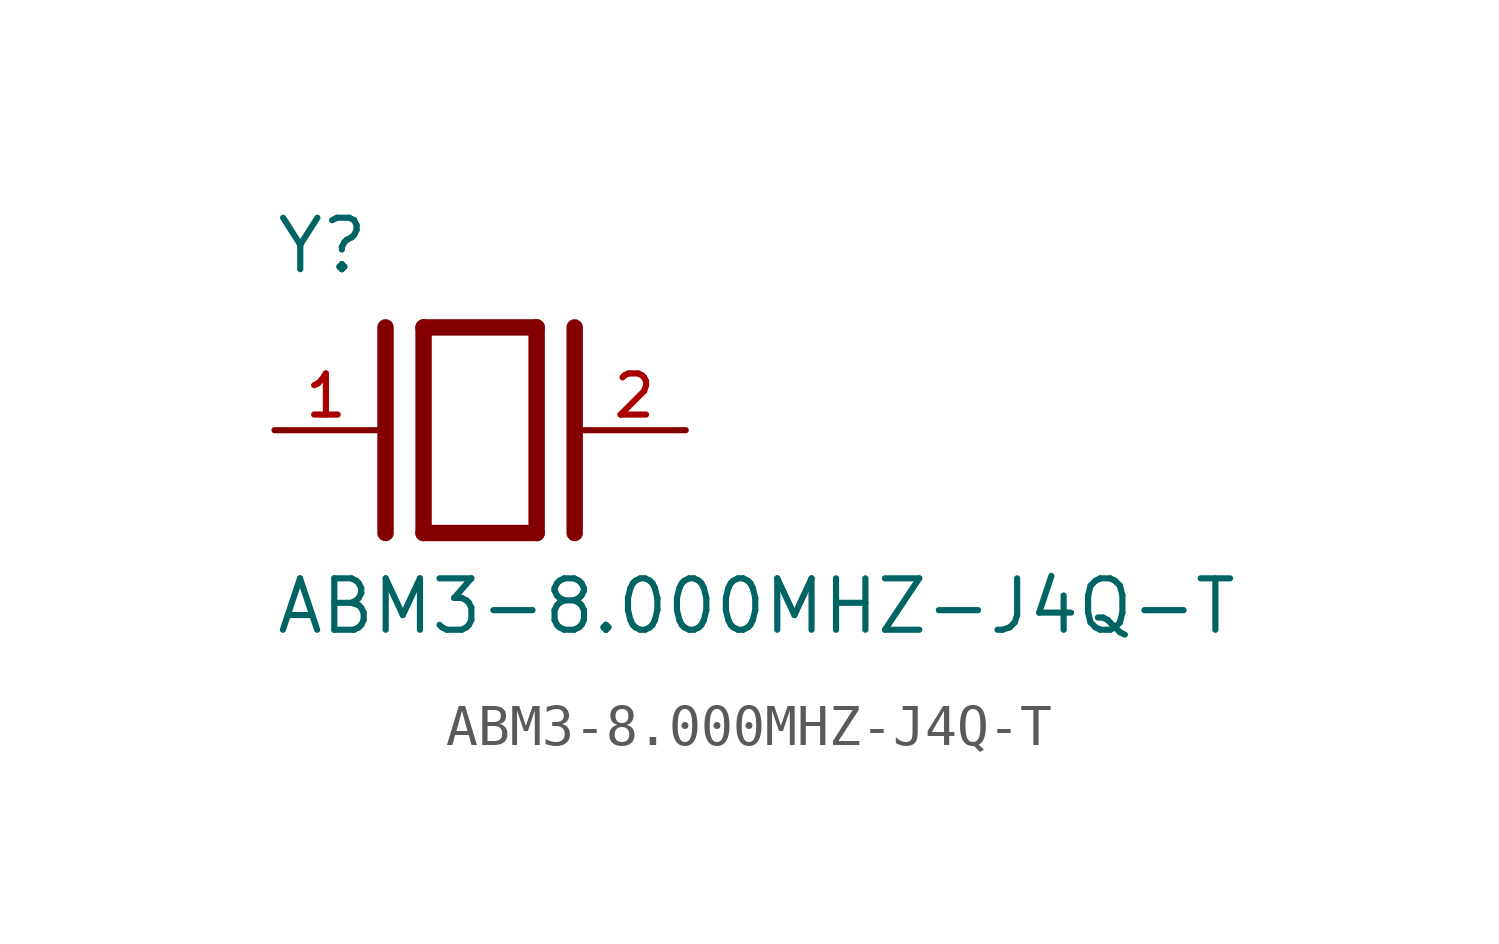
<source format=kicad_sym>
(kicad_symbol_lib
  (version 20211014)
  (generator kicad_symbol_editor)
  (symbol "ABM3-8.000MHZ-J4Q-T"
    (pin_names
      (offset 1.016))
    (property "Reference" "Y"
      (at -5.088 3.816 0)
      (effects (font (size 1.27 1.27)) (justify bottom left)))
    (property "Value" "ABM3-8.000MHZ-J4Q-T"
      (at -5.094 -5.094 0)
      (effects (font (size 1.27 1.27)) (justify bottom left)))
    (symbol "ABM3-8.000MHZ-J4Q-T_0_0"
      (polyline (pts (xy -1.397 2.54) (xy 1.397 2.54)) (stroke (width 0.406)))
      (polyline (pts (xy 1.397 2.54) (xy 1.397 -2.54)) (stroke (width 0.406)))
      (polyline (pts (xy 1.397 -2.54) (xy -1.397 -2.54)) (stroke (width 0.406)))
      (polyline (pts (xy -1.397 2.54) (xy -1.397 -2.54)) (stroke (width 0.406)))
      (polyline (pts (xy 2.337 2.54) (xy 2.337 -2.54)) (stroke (width 0.406)))
      (polyline (pts (xy -2.337 2.54) (xy -2.337 -2.54)) (stroke (width 0.406)))
      (pin passive line (at 5.08 0.0 180.0) (length 2.54) (name "~" (effects (font (size 1.016 1.016)))) (number "2" (effects (font (size 1.016 1.016)))))
      (pin passive line (at -5.08 0.0 0) (length 2.54) (name "~" (effects (font (size 1.016 1.016)))) (number "1" (effects (font (size 1.016 1.016))))))))
</source>
